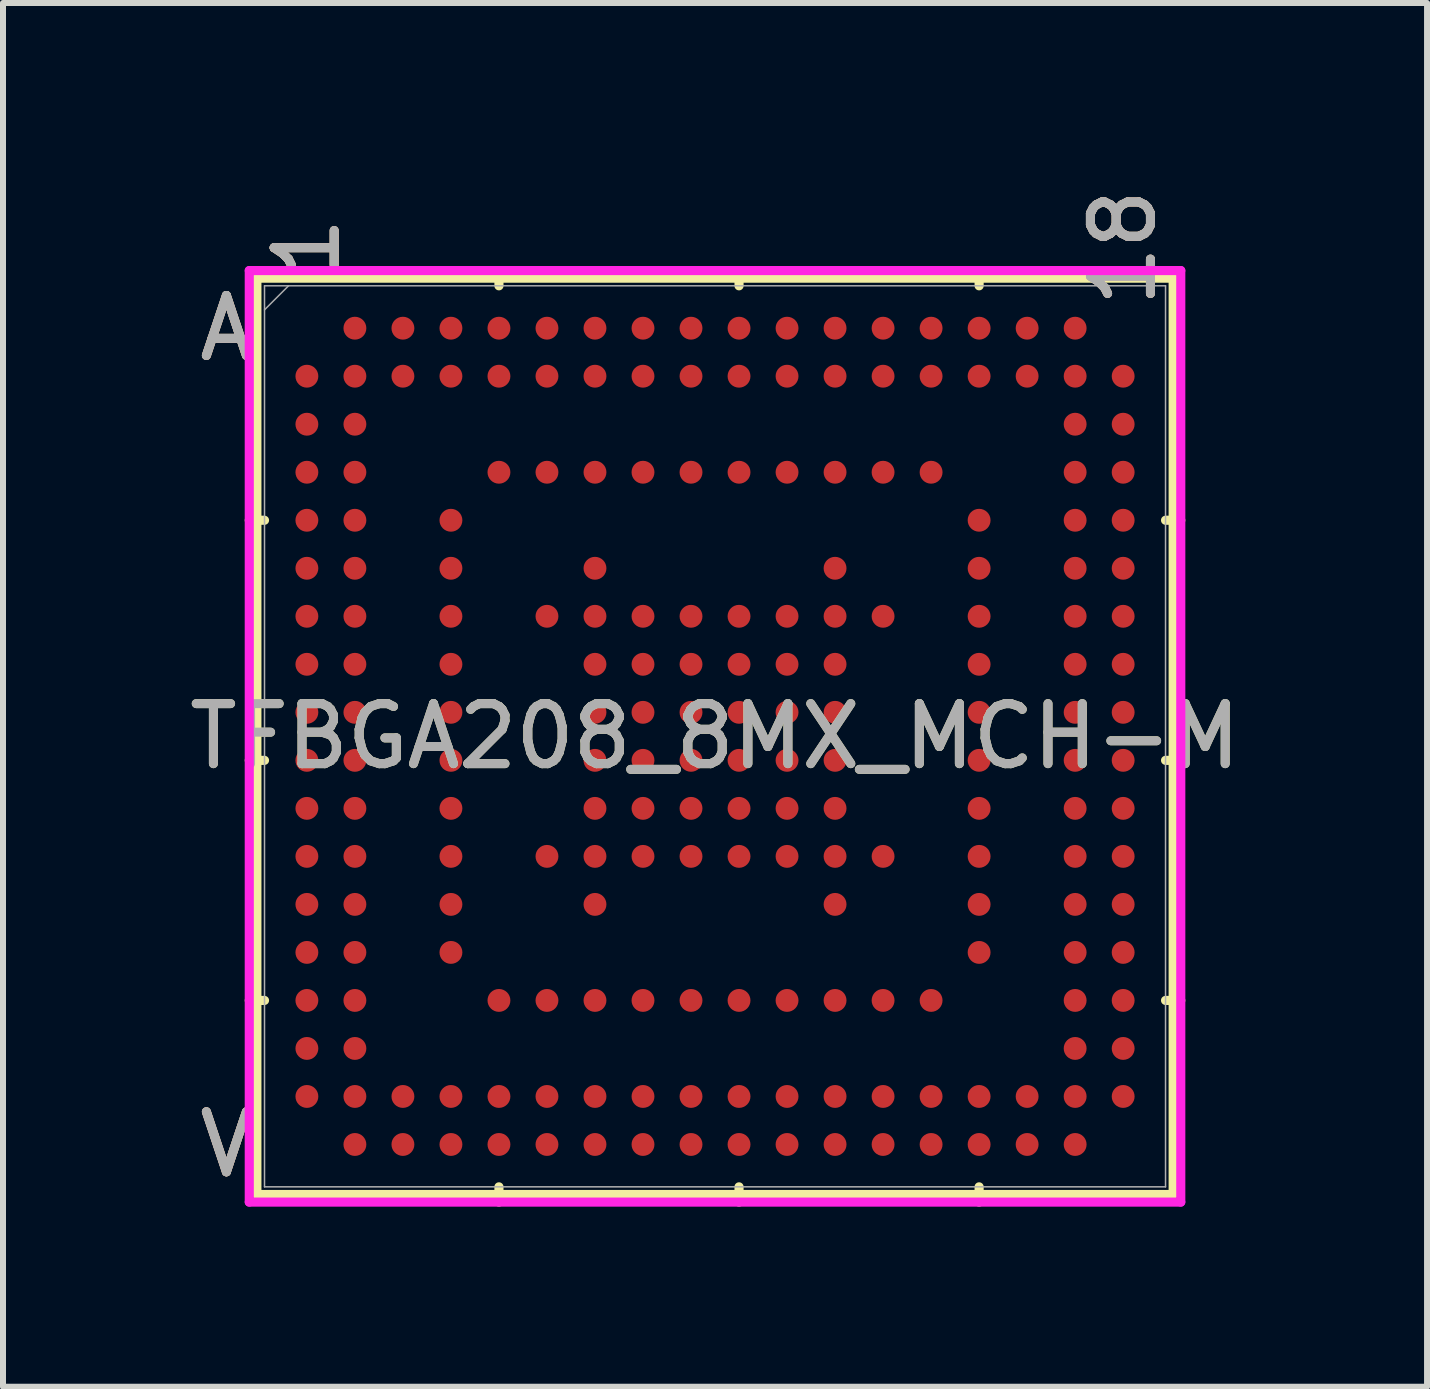
<source format=kicad_pcb>
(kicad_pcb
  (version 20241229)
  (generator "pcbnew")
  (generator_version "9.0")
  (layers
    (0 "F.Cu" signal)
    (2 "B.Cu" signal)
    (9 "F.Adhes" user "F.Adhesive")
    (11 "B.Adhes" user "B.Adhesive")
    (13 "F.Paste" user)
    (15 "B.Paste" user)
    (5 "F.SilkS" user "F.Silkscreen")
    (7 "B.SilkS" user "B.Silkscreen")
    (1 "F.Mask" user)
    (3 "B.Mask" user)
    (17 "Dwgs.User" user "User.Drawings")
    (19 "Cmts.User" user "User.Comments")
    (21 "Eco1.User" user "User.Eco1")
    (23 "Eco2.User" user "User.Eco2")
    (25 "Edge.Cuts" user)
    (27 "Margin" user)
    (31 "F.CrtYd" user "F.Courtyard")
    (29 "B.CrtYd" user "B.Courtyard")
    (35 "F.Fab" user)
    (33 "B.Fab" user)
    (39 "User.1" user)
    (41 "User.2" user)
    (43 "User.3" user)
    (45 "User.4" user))
  (footprint "TFBGA208_8MX_MCH-M"
    (layer "F.Cu")
    (at 8.863 9.218)
    (property "Reference" "TFBGA208_8MX_MCH-M" (at 0 0 0) (unlocked yes) (layer "F.SilkS") (effects (font (size 1 1) (thickness 0.15))))
    (attr smd)
    (fp_line (start -7.633 -7.633) (end -7.633 7.633) (stroke (width 0.152) (type solid)) (layer "F.SilkS"))
    (fp_line (start -7.633 7.633) (end 7.633 7.633) (stroke (width 0.152) (type solid)) (layer "F.SilkS"))
    (fp_line (start -7.506 -3.6) (end -7.76 -3.6) (stroke (width 0.152) (type solid)) (layer "F.SilkS"))
    (fp_line (start -7.506 0.4) (end -7.76 0.4) (stroke (width 0.152) (type solid)) (layer "F.SilkS"))
    (fp_line (start -7.506 4.4) (end -7.76 4.4) (stroke (width 0.152) (type solid)) (layer "F.SilkS"))
    (fp_line (start -3.6 -7.506) (end -3.6 -7.76) (stroke (width 0.152) (type solid)) (layer "F.SilkS"))
    (fp_line (start -3.6 7.506) (end -3.6 7.76) (stroke (width 0.152) (type solid)) (layer "F.SilkS"))
    (fp_line (start 0.4 -7.506) (end 0.4 -7.76) (stroke (width 0.152) (type solid)) (layer "F.SilkS"))
    (fp_line (start 0.4 7.506) (end 0.4 7.76) (stroke (width 0.152) (type solid)) (layer "F.SilkS"))
    (fp_line (start 4.4 -7.506) (end 4.4 -7.76) (stroke (width 0.152) (type solid)) (layer "F.SilkS"))
    (fp_line (start 4.4 7.506) (end 4.4 7.76) (stroke (width 0.152) (type solid)) (layer "F.SilkS"))
    (fp_line (start 7.506 -3.6) (end 7.76 -3.6) (stroke (width 0.152) (type solid)) (layer "F.SilkS"))
    (fp_line (start 7.506 0.4) (end 7.76 0.4) (stroke (width 0.152) (type solid)) (layer "F.SilkS"))
    (fp_line (start 7.506 4.4) (end 7.76 4.4) (stroke (width 0.152) (type solid)) (layer "F.SilkS"))
    (fp_line (start 7.633 -7.633) (end -7.633 -7.633) (stroke (width 0.152) (type solid)) (layer "F.SilkS"))
    (fp_line (start 7.633 7.633) (end 7.633 -7.633) (stroke (width 0.152) (type solid)) (layer "F.SilkS"))
    (fp_poly (pts (xy -7.644 -7.644) (xy 7.644 -7.644) (xy 7.644 7.644) (xy -7.644 7.644)) (stroke (width 0.1) (type solid)) (fill no) (layer "Eco2.User"))
    (fp_line (start -7.76 -7.76) (end 7.76 -7.76) (stroke (width 0.152) (type solid)) (layer "F.CrtYd"))
    (fp_line (start -7.76 7.76) (end -7.76 -7.76) (stroke (width 0.152) (type solid)) (layer "F.CrtYd"))
    (fp_line (start 7.76 -7.76) (end 7.76 7.76) (stroke (width 0.152) (type solid)) (layer "F.CrtYd"))
    (fp_line (start 7.76 7.76) (end -7.76 7.76) (stroke (width 0.152) (type solid)) (layer "F.CrtYd"))
    (fp_line (start -7.506 -7.506) (end -7.506 7.506) (stroke (width 0.025) (type solid)) (layer "F.Fab"))
    (fp_line (start -7.506 7.506) (end 7.506 7.506) (stroke (width 0.025) (type solid)) (layer "F.Fab"))
    (fp_line (start -7.106 -7.506) (end -7.506 -7.106) (stroke (width 0.025) (type solid)) (layer "F.Fab"))
    (fp_line (start 7.506 -7.506) (end -7.506 -7.506) (stroke (width 0.025) (type solid)) (layer "F.Fab"))
    (fp_line (start 7.506 7.506) (end 7.506 -7.506) (stroke (width 0.025) (type solid)) (layer "F.Fab"))
    (fp_text user "V" (at -8.141 6.8 0) (unlocked yes) (layer "F.SilkS") (effects (font (size 1 1) (thickness 0.15))))
    (fp_text user "18" (at 6.8 -8.141 90) (unlocked yes) (layer "F.SilkS") (effects (font (size 1 1) (thickness 0.15))))
    (fp_text user "1" (at -6.8 -8.141 90) (unlocked yes) (layer "F.SilkS") (effects (font (size 1 1) (thickness 0.15))))
    (fp_text user "A" (at -8.141 -6.8 0) (unlocked yes) (layer "F.SilkS") (effects (font (size 1 1) (thickness 0.15))))
    (fp_text user "1" (at -6.8 -8.141 90) (unlocked yes) (layer "B.SilkS") (effects (font (size 1 1) (thickness 0.15))))
    (fp_text user "A" (at -8.141 -6.8 0) (unlocked yes) (layer "B.SilkS") (effects (font (size 1 1) (thickness 0.15))))
    (fp_text user "V" (at -8.141 6.8 0) (unlocked yes) (layer "B.SilkS") (effects (font (size 1 1) (thickness 0.15))))
    (fp_text user "18" (at 6.8 -8.141 90) (unlocked yes) (layer "B.SilkS") (effects (font (size 1 1) (thickness 0.15))))
    (fp_text user "18" (at 6.8 -8.141 90) (unlocked yes) (layer "F.Fab") (effects (font (size 1 1) (thickness 0.15))))
    (fp_text user "A" (at -8.141 -6.8 0) (unlocked yes) (layer "F.Fab") (effects (font (size 1 1) (thickness 0.15))))
    (fp_text user "${REFERENCE}" (at 0 0 0) (unlocked yes) (layer "F.Fab") (effects (font (size 1 1) (thickness 0.15))))
    (fp_text user "V" (at -8.141 6.8 0) (unlocked yes) (layer "F.Fab") (effects (font (size 1 1) (thickness 0.15))))
    (fp_text user "1" (at -6.8 -8.141 90) (unlocked yes) (layer "F.Fab") (effects (font (size 1 1) (thickness 0.15))))
    (pad "A2" smd circle (at -6 -6.8) (size 0.381 0.381) (layers "F.Cu" "F.Mask" "F.Paste"))
    (pad "A3" smd circle (at -5.2 -6.8) (size 0.381 0.381) (layers "F.Cu" "F.Mask" "F.Paste"))
    (pad "A4" smd circle (at -4.4 -6.8) (size 0.381 0.381) (layers "F.Cu" "F.Mask" "F.Paste"))
    (pad "A5" smd circle (at -3.6 -6.8) (size 0.381 0.381) (layers "F.Cu" "F.Mask" "F.Paste"))
    (pad "A6" smd circle (at -2.8 -6.8) (size 0.381 0.381) (layers "F.Cu" "F.Mask" "F.Paste"))
    (pad "A7" smd circle (at -2 -6.8) (size 0.381 0.381) (layers "F.Cu" "F.Mask" "F.Paste"))
    (pad "A8" smd circle (at -1.2 -6.8) (size 0.381 0.381) (layers "F.Cu" "F.Mask" "F.Paste"))
    (pad "A9" smd circle (at -0.4 -6.8) (size 0.381 0.381) (layers "F.Cu" "F.Mask" "F.Paste"))
    (pad "A10" smd circle (at 0.4 -6.8) (size 0.381 0.381) (layers "F.Cu" "F.Mask" "F.Paste"))
    (pad "A11" smd circle (at 1.2 -6.8) (size 0.381 0.381) (layers "F.Cu" "F.Mask" "F.Paste"))
    (pad "A12" smd circle (at 2 -6.8) (size 0.381 0.381) (layers "F.Cu" "F.Mask" "F.Paste"))
    (pad "A13" smd circle (at 2.8 -6.8) (size 0.381 0.381) (layers "F.Cu" "F.Mask" "F.Paste"))
    (pad "A14" smd circle (at 3.6 -6.8) (size 0.381 0.381) (layers "F.Cu" "F.Mask" "F.Paste"))
    (pad "A15" smd circle (at 4.4 -6.8) (size 0.381 0.381) (layers "F.Cu" "F.Mask" "F.Paste"))
    (pad "A16" smd circle (at 5.2 -6.8) (size 0.381 0.381) (layers "F.Cu" "F.Mask" "F.Paste"))
    (pad "A17" smd circle (at 6 -6.8) (size 0.381 0.381) (layers "F.Cu" "F.Mask" "F.Paste"))
    (pad "B1" smd circle (at -6.8 -6) (size 0.381 0.381) (layers "F.Cu" "F.Mask" "F.Paste"))
    (pad "B2" smd circle (at -6 -6) (size 0.381 0.381) (layers "F.Cu" "F.Mask" "F.Paste"))
    (pad "B3" smd circle (at -5.2 -6) (size 0.381 0.381) (layers "F.Cu" "F.Mask" "F.Paste"))
    (pad "B4" smd circle (at -4.4 -6) (size 0.381 0.381) (layers "F.Cu" "F.Mask" "F.Paste"))
    (pad "B5" smd circle (at -3.6 -6) (size 0.381 0.381) (layers "F.Cu" "F.Mask" "F.Paste"))
    (pad "B6" smd circle (at -2.8 -6) (size 0.381 0.381) (layers "F.Cu" "F.Mask" "F.Paste"))
    (pad "B7" smd circle (at -2 -6) (size 0.381 0.381) (layers "F.Cu" "F.Mask" "F.Paste"))
    (pad "B8" smd circle (at -1.2 -6) (size 0.381 0.381) (layers "F.Cu" "F.Mask" "F.Paste"))
    (pad "B9" smd circle (at -0.4 -6) (size 0.381 0.381) (layers "F.Cu" "F.Mask" "F.Paste"))
    (pad "B10" smd circle (at 0.4 -6) (size 0.381 0.381) (layers "F.Cu" "F.Mask" "F.Paste"))
    (pad "B11" smd circle (at 1.2 -6) (size 0.381 0.381) (layers "F.Cu" "F.Mask" "F.Paste"))
    (pad "B12" smd circle (at 2 -6) (size 0.381 0.381) (layers "F.Cu" "F.Mask" "F.Paste"))
    (pad "B13" smd circle (at 2.8 -6) (size 0.381 0.381) (layers "F.Cu" "F.Mask" "F.Paste"))
    (pad "B14" smd circle (at 3.6 -6) (size 0.381 0.381) (layers "F.Cu" "F.Mask" "F.Paste"))
    (pad "B15" smd circle (at 4.4 -6) (size 0.381 0.381) (layers "F.Cu" "F.Mask" "F.Paste"))
    (pad "B16" smd circle (at 5.2 -6) (size 0.381 0.381) (layers "F.Cu" "F.Mask" "F.Paste"))
    (pad "B17" smd circle (at 6 -6) (size 0.381 0.381) (layers "F.Cu" "F.Mask" "F.Paste"))
    (pad "B18" smd circle (at 6.8 -6) (size 0.381 0.381) (layers "F.Cu" "F.Mask" "F.Paste"))
    (pad "C1" smd circle (at -6.8 -5.2) (size 0.381 0.381) (layers "F.Cu" "F.Mask" "F.Paste"))
    (pad "C2" smd circle (at -6 -5.2) (size 0.381 0.381) (layers "F.Cu" "F.Mask" "F.Paste"))
    (pad "C17" smd circle (at 6 -5.2) (size 0.381 0.381) (layers "F.Cu" "F.Mask" "F.Paste"))
    (pad "C18" smd circle (at 6.8 -5.2) (size 0.381 0.381) (layers "F.Cu" "F.Mask" "F.Paste"))
    (pad "D1" smd circle (at -6.8 -4.4) (size 0.381 0.381) (layers "F.Cu" "F.Mask" "F.Paste"))
    (pad "D2" smd circle (at -6 -4.4) (size 0.381 0.381) (layers "F.Cu" "F.Mask" "F.Paste"))
    (pad "D5" smd circle (at -3.6 -4.4) (size 0.381 0.381) (layers "F.Cu" "F.Mask" "F.Paste"))
    (pad "D6" smd circle (at -2.8 -4.4) (size 0.381 0.381) (layers "F.Cu" "F.Mask" "F.Paste"))
    (pad "D7" smd circle (at -2 -4.4) (size 0.381 0.381) (layers "F.Cu" "F.Mask" "F.Paste"))
    (pad "D8" smd circle (at -1.2 -4.4) (size 0.381 0.381) (layers "F.Cu" "F.Mask" "F.Paste"))
    (pad "D9" smd circle (at -0.4 -4.4) (size 0.381 0.381) (layers "F.Cu" "F.Mask" "F.Paste"))
    (pad "D10" smd circle (at 0.4 -4.4) (size 0.381 0.381) (layers "F.Cu" "F.Mask" "F.Paste"))
    (pad "D11" smd circle (at 1.2 -4.4) (size 0.381 0.381) (layers "F.Cu" "F.Mask" "F.Paste"))
    (pad "D12" smd circle (at 2 -4.4) (size 0.381 0.381) (layers "F.Cu" "F.Mask" "F.Paste"))
    (pad "D13" smd circle (at 2.8 -4.4) (size 0.381 0.381) (layers "F.Cu" "F.Mask" "F.Paste"))
    (pad "D14" smd circle (at 3.6 -4.4) (size 0.381 0.381) (layers "F.Cu" "F.Mask" "F.Paste"))
    (pad "D17" smd circle (at 6 -4.4) (size 0.381 0.381) (layers "F.Cu" "F.Mask" "F.Paste"))
    (pad "D18" smd circle (at 6.8 -4.4) (size 0.381 0.381) (layers "F.Cu" "F.Mask" "F.Paste"))
    (pad "E1" smd circle (at -6.8 -3.6) (size 0.381 0.381) (layers "F.Cu" "F.Mask" "F.Paste"))
    (pad "E2" smd circle (at -6 -3.6) (size 0.381 0.381) (layers "F.Cu" "F.Mask" "F.Paste"))
    (pad "E4" smd circle (at -4.4 -3.6) (size 0.381 0.381) (layers "F.Cu" "F.Mask" "F.Paste"))
    (pad "E15" smd circle (at 4.4 -3.6) (size 0.381 0.381) (layers "F.Cu" "F.Mask" "F.Paste"))
    (pad "E17" smd circle (at 6 -3.6) (size 0.381 0.381) (layers "F.Cu" "F.Mask" "F.Paste"))
    (pad "E18" smd circle (at 6.8 -3.6) (size 0.381 0.381) (layers "F.Cu" "F.Mask" "F.Paste"))
    (pad "F1" smd circle (at -6.8 -2.8) (size 0.381 0.381) (layers "F.Cu" "F.Mask" "F.Paste"))
    (pad "F2" smd circle (at -6 -2.8) (size 0.381 0.381) (layers "F.Cu" "F.Mask" "F.Paste"))
    (pad "F4" smd circle (at -4.4 -2.8) (size 0.381 0.381) (layers "F.Cu" "F.Mask" "F.Paste"))
    (pad "F7" smd circle (at -2 -2.8) (size 0.381 0.381) (layers "F.Cu" "F.Mask" "F.Paste"))
    (pad "F12" smd circle (at 2 -2.8) (size 0.381 0.381) (layers "F.Cu" "F.Mask" "F.Paste"))
    (pad "F15" smd circle (at 4.4 -2.8) (size 0.381 0.381) (layers "F.Cu" "F.Mask" "F.Paste"))
    (pad "F17" smd circle (at 6 -2.8) (size 0.381 0.381) (layers "F.Cu" "F.Mask" "F.Paste"))
    (pad "F18" smd circle (at 6.8 -2.8) (size 0.381 0.381) (layers "F.Cu" "F.Mask" "F.Paste"))
    (pad "G1" smd circle (at -6.8 -2) (size 0.381 0.381) (layers "F.Cu" "F.Mask" "F.Paste"))
    (pad "G2" smd circle (at -6 -2) (size 0.381 0.381) (layers "F.Cu" "F.Mask" "F.Paste"))
    (pad "G4" smd circle (at -4.4 -2) (size 0.381 0.381) (layers "F.Cu" "F.Mask" "F.Paste"))
    (pad "G6" smd circle (at -2.8 -2) (size 0.381 0.381) (layers "F.Cu" "F.Mask" "F.Paste"))
    (pad "G7" smd circle (at -2 -2) (size 0.381 0.381) (layers "F.Cu" "F.Mask" "F.Paste"))
    (pad "G8" smd circle (at -1.2 -2) (size 0.381 0.381) (layers "F.Cu" "F.Mask" "F.Paste"))
    (pad "G9" smd circle (at -0.4 -2) (size 0.381 0.381) (layers "F.Cu" "F.Mask" "F.Paste"))
    (pad "G10" smd circle (at 0.4 -2) (size 0.381 0.381) (layers "F.Cu" "F.Mask" "F.Paste"))
    (pad "G11" smd circle (at 1.2 -2) (size 0.381 0.381) (layers "F.Cu" "F.Mask" "F.Paste"))
    (pad "G12" smd circle (at 2 -2) (size 0.381 0.381) (layers "F.Cu" "F.Mask" "F.Paste"))
    (pad "G13" smd circle (at 2.8 -2) (size 0.381 0.381) (layers "F.Cu" "F.Mask" "F.Paste"))
    (pad "G15" smd circle (at 4.4 -2) (size 0.381 0.381) (layers "F.Cu" "F.Mask" "F.Paste"))
    (pad "G17" smd circle (at 6 -2) (size 0.381 0.381) (layers "F.Cu" "F.Mask" "F.Paste"))
    (pad "G18" smd circle (at 6.8 -2) (size 0.381 0.381) (layers "F.Cu" "F.Mask" "F.Paste"))
    (pad "H1" smd circle (at -6.8 -1.2) (size 0.381 0.381) (layers "F.Cu" "F.Mask" "F.Paste"))
    (pad "H2" smd circle (at -6 -1.2) (size 0.381 0.381) (layers "F.Cu" "F.Mask" "F.Paste"))
    (pad "H4" smd circle (at -4.4 -1.2) (size 0.381 0.381) (layers "F.Cu" "F.Mask" "F.Paste"))
    (pad "H7" smd circle (at -2 -1.2) (size 0.381 0.381) (layers "F.Cu" "F.Mask" "F.Paste"))
    (pad "H8" smd circle (at -1.2 -1.2) (size 0.381 0.381) (layers "F.Cu" "F.Mask" "F.Paste"))
    (pad "H9" smd circle (at -0.4 -1.2) (size 0.381 0.381) (layers "F.Cu" "F.Mask" "F.Paste"))
    (pad "H10" smd circle (at 0.4 -1.2) (size 0.381 0.381) (layers "F.Cu" "F.Mask" "F.Paste"))
    (pad "H11" smd circle (at 1.2 -1.2) (size 0.381 0.381) (layers "F.Cu" "F.Mask" "F.Paste"))
    (pad "H12" smd circle (at 2 -1.2) (size 0.381 0.381) (layers "F.Cu" "F.Mask" "F.Paste"))
    (pad "H15" smd circle (at 4.4 -1.2) (size 0.381 0.381) (layers "F.Cu" "F.Mask" "F.Paste"))
    (pad "H17" smd circle (at 6 -1.2) (size 0.381 0.381) (layers "F.Cu" "F.Mask" "F.Paste"))
    (pad "H18" smd circle (at 6.8 -1.2) (size 0.381 0.381) (layers "F.Cu" "F.Mask" "F.Paste"))
    (pad "J1" smd circle (at -6.8 -0.4) (size 0.381 0.381) (layers "F.Cu" "F.Mask" "F.Paste"))
    (pad "J2" smd circle (at -6 -0.4) (size 0.381 0.381) (layers "F.Cu" "F.Mask" "F.Paste"))
    (pad "J4" smd circle (at -4.4 -0.4) (size 0.381 0.381) (layers "F.Cu" "F.Mask" "F.Paste"))
    (pad "J7" smd circle (at -2 -0.4) (size 0.381 0.381) (layers "F.Cu" "F.Mask" "F.Paste"))
    (pad "J8" smd circle (at -1.2 -0.4) (size 0.381 0.381) (layers "F.Cu" "F.Mask" "F.Paste"))
    (pad "J9" smd circle (at -0.4 -0.4) (size 0.381 0.381) (layers "F.Cu" "F.Mask" "F.Paste"))
    (pad "J10" smd circle (at 0.4 -0.4) (size 0.381 0.381) (layers "F.Cu" "F.Mask" "F.Paste"))
    (pad "J11" smd circle (at 1.2 -0.4) (size 0.381 0.381) (layers "F.Cu" "F.Mask" "F.Paste"))
    (pad "J12" smd circle (at 2 -0.4) (size 0.381 0.381) (layers "F.Cu" "F.Mask" "F.Paste"))
    (pad "J15" smd circle (at 4.4 -0.4) (size 0.381 0.381) (layers "F.Cu" "F.Mask" "F.Paste"))
    (pad "J17" smd circle (at 6 -0.4) (size 0.381 0.381) (layers "F.Cu" "F.Mask" "F.Paste"))
    (pad "J18" smd circle (at 6.8 -0.4) (size 0.381 0.381) (layers "F.Cu" "F.Mask" "F.Paste"))
    (pad "K1" smd circle (at -6.8 0.4) (size 0.381 0.381) (layers "F.Cu" "F.Mask" "F.Paste"))
    (pad "K2" smd circle (at -6 0.4) (size 0.381 0.381) (layers "F.Cu" "F.Mask" "F.Paste"))
    (pad "K4" smd circle (at -4.4 0.4) (size 0.381 0.381) (layers "F.Cu" "F.Mask" "F.Paste"))
    (pad "K7" smd circle (at -2 0.4) (size 0.381 0.381) (layers "F.Cu" "F.Mask" "F.Paste"))
    (pad "K8" smd circle (at -1.2 0.4) (size 0.381 0.381) (layers "F.Cu" "F.Mask" "F.Paste"))
    (pad "K9" smd circle (at -0.4 0.4) (size 0.381 0.381) (layers "F.Cu" "F.Mask" "F.Paste"))
    (pad "K10" smd circle (at 0.4 0.4) (size 0.381 0.381) (layers "F.Cu" "F.Mask" "F.Paste"))
    (pad "K11" smd circle (at 1.2 0.4) (size 0.381 0.381) (layers "F.Cu" "F.Mask" "F.Paste"))
    (pad "K12" smd circle (at 2 0.4) (size 0.381 0.381) (layers "F.Cu" "F.Mask" "F.Paste"))
    (pad "K15" smd circle (at 4.4 0.4) (size 0.381 0.381) (layers "F.Cu" "F.Mask" "F.Paste"))
    (pad "K17" smd circle (at 6 0.4) (size 0.381 0.381) (layers "F.Cu" "F.Mask" "F.Paste"))
    (pad "K18" smd circle (at 6.8 0.4) (size 0.381 0.381) (layers "F.Cu" "F.Mask" "F.Paste"))
    (pad "L1" smd circle (at -6.8 1.2) (size 0.381 0.381) (layers "F.Cu" "F.Mask" "F.Paste"))
    (pad "L2" smd circle (at -6 1.2) (size 0.381 0.381) (layers "F.Cu" "F.Mask" "F.Paste"))
    (pad "L4" smd circle (at -4.4 1.2) (size 0.381 0.381) (layers "F.Cu" "F.Mask" "F.Paste"))
    (pad "L7" smd circle (at -2 1.2) (size 0.381 0.381) (layers "F.Cu" "F.Mask" "F.Paste"))
    (pad "L8" smd circle (at -1.2 1.2) (size 0.381 0.381) (layers "F.Cu" "F.Mask" "F.Paste"))
    (pad "L9" smd circle (at -0.4 1.2) (size 0.381 0.381) (layers "F.Cu" "F.Mask" "F.Paste"))
    (pad "L10" smd circle (at 0.4 1.2) (size 0.381 0.381) (layers "F.Cu" "F.Mask" "F.Paste"))
    (pad "L11" smd circle (at 1.2 1.2) (size 0.381 0.381) (layers "F.Cu" "F.Mask" "F.Paste"))
    (pad "L12" smd circle (at 2 1.2) (size 0.381 0.381) (layers "F.Cu" "F.Mask" "F.Paste"))
    (pad "L15" smd circle (at 4.4 1.2) (size 0.381 0.381) (layers "F.Cu" "F.Mask" "F.Paste"))
    (pad "L17" smd circle (at 6 1.2) (size 0.381 0.381) (layers "F.Cu" "F.Mask" "F.Paste"))
    (pad "L18" smd circle (at 6.8 1.2) (size 0.381 0.381) (layers "F.Cu" "F.Mask" "F.Paste"))
    (pad "M1" smd circle (at -6.8 2) (size 0.381 0.381) (layers "F.Cu" "F.Mask" "F.Paste"))
    (pad "M2" smd circle (at -6 2) (size 0.381 0.381) (layers "F.Cu" "F.Mask" "F.Paste"))
    (pad "M4" smd circle (at -4.4 2) (size 0.381 0.381) (layers "F.Cu" "F.Mask" "F.Paste"))
    (pad "M6" smd circle (at -2.8 2) (size 0.381 0.381) (layers "F.Cu" "F.Mask" "F.Paste"))
    (pad "M7" smd circle (at -2 2) (size 0.381 0.381) (layers "F.Cu" "F.Mask" "F.Paste"))
    (pad "M8" smd circle (at -1.2 2) (size 0.381 0.381) (layers "F.Cu" "F.Mask" "F.Paste"))
    (pad "M9" smd circle (at -0.4 2) (size 0.381 0.381) (layers "F.Cu" "F.Mask" "F.Paste"))
    (pad "M10" smd circle (at 0.4 2) (size 0.381 0.381) (layers "F.Cu" "F.Mask" "F.Paste"))
    (pad "M11" smd circle (at 1.2 2) (size 0.381 0.381) (layers "F.Cu" "F.Mask" "F.Paste"))
    (pad "M12" smd circle (at 2 2) (size 0.381 0.381) (layers "F.Cu" "F.Mask" "F.Paste"))
    (pad "M13" smd circle (at 2.8 2) (size 0.381 0.381) (layers "F.Cu" "F.Mask" "F.Paste"))
    (pad "M15" smd circle (at 4.4 2) (size 0.381 0.381) (layers "F.Cu" "F.Mask" "F.Paste"))
    (pad "M17" smd circle (at 6 2) (size 0.381 0.381) (layers "F.Cu" "F.Mask" "F.Paste"))
    (pad "M18" smd circle (at 6.8 2) (size 0.381 0.381) (layers "F.Cu" "F.Mask" "F.Paste"))
    (pad "N1" smd circle (at -6.8 2.8) (size 0.381 0.381) (layers "F.Cu" "F.Mask" "F.Paste"))
    (pad "N2" smd circle (at -6 2.8) (size 0.381 0.381) (layers "F.Cu" "F.Mask" "F.Paste"))
    (pad "N4" smd circle (at -4.4 2.8) (size 0.381 0.381) (layers "F.Cu" "F.Mask" "F.Paste"))
    (pad "N7" smd circle (at -2 2.8) (size 0.381 0.381) (layers "F.Cu" "F.Mask" "F.Paste"))
    (pad "N12" smd circle (at 2 2.8) (size 0.381 0.381) (layers "F.Cu" "F.Mask" "F.Paste"))
    (pad "N15" smd circle (at 4.4 2.8) (size 0.381 0.381) (layers "F.Cu" "F.Mask" "F.Paste"))
    (pad "N17" smd circle (at 6 2.8) (size 0.381 0.381) (layers "F.Cu" "F.Mask" "F.Paste"))
    (pad "N18" smd circle (at 6.8 2.8) (size 0.381 0.381) (layers "F.Cu" "F.Mask" "F.Paste"))
    (pad "P1" smd circle (at -6.8 3.6) (size 0.381 0.381) (layers "F.Cu" "F.Mask" "F.Paste"))
    (pad "P2" smd circle (at -6 3.6) (size 0.381 0.381) (layers "F.Cu" "F.Mask" "F.Paste"))
    (pad "P4" smd circle (at -4.4 3.6) (size 0.381 0.381) (layers "F.Cu" "F.Mask" "F.Paste"))
    (pad "P15" smd circle (at 4.4 3.6) (size 0.381 0.381) (layers "F.Cu" "F.Mask" "F.Paste"))
    (pad "P17" smd circle (at 6 3.6) (size 0.381 0.381) (layers "F.Cu" "F.Mask" "F.Paste"))
    (pad "P18" smd circle (at 6.8 3.6) (size 0.381 0.381) (layers "F.Cu" "F.Mask" "F.Paste"))
    (pad "R1" smd circle (at -6.8 4.4) (size 0.381 0.381) (layers "F.Cu" "F.Mask" "F.Paste"))
    (pad "R2" smd circle (at -6 4.4) (size 0.381 0.381) (layers "F.Cu" "F.Mask" "F.Paste"))
    (pad "R5" smd circle (at -3.6 4.4) (size 0.381 0.381) (layers "F.Cu" "F.Mask" "F.Paste"))
    (pad "R6" smd circle (at -2.8 4.4) (size 0.381 0.381) (layers "F.Cu" "F.Mask" "F.Paste"))
    (pad "R7" smd circle (at -2 4.4) (size 0.381 0.381) (layers "F.Cu" "F.Mask" "F.Paste"))
    (pad "R8" smd circle (at -1.2 4.4) (size 0.381 0.381) (layers "F.Cu" "F.Mask" "F.Paste"))
    (pad "R9" smd circle (at -0.4 4.4) (size 0.381 0.381) (layers "F.Cu" "F.Mask" "F.Paste"))
    (pad "R10" smd circle (at 0.4 4.4) (size 0.381 0.381) (layers "F.Cu" "F.Mask" "F.Paste"))
    (pad "R11" smd circle (at 1.2 4.4) (size 0.381 0.381) (layers "F.Cu" "F.Mask" "F.Paste"))
    (pad "R12" smd circle (at 2 4.4) (size 0.381 0.381) (layers "F.Cu" "F.Mask" "F.Paste"))
    (pad "R13" smd circle (at 2.8 4.4) (size 0.381 0.381) (layers "F.Cu" "F.Mask" "F.Paste"))
    (pad "R14" smd circle (at 3.6 4.4) (size 0.381 0.381) (layers "F.Cu" "F.Mask" "F.Paste"))
    (pad "R17" smd circle (at 6 4.4) (size 0.381 0.381) (layers "F.Cu" "F.Mask" "F.Paste"))
    (pad "R18" smd circle (at 6.8 4.4) (size 0.381 0.381) (layers "F.Cu" "F.Mask" "F.Paste"))
    (pad "T1" smd circle (at -6.8 5.2) (size 0.381 0.381) (layers "F.Cu" "F.Mask" "F.Paste"))
    (pad "T2" smd circle (at -6 5.2) (size 0.381 0.381) (layers "F.Cu" "F.Mask" "F.Paste"))
    (pad "T17" smd circle (at 6 5.2) (size 0.381 0.381) (layers "F.Cu" "F.Mask" "F.Paste"))
    (pad "T18" smd circle (at 6.8 5.2) (size 0.381 0.381) (layers "F.Cu" "F.Mask" "F.Paste"))
    (pad "U1" smd circle (at -6.8 6) (size 0.381 0.381) (layers "F.Cu" "F.Mask" "F.Paste"))
    (pad "U2" smd circle (at -6 6) (size 0.381 0.381) (layers "F.Cu" "F.Mask" "F.Paste"))
    (pad "U3" smd circle (at -5.2 6) (size 0.381 0.381) (layers "F.Cu" "F.Mask" "F.Paste"))
    (pad "U4" smd circle (at -4.4 6) (size 0.381 0.381) (layers "F.Cu" "F.Mask" "F.Paste"))
    (pad "U5" smd circle (at -3.6 6) (size 0.381 0.381) (layers "F.Cu" "F.Mask" "F.Paste"))
    (pad "U6" smd circle (at -2.8 6) (size 0.381 0.381) (layers "F.Cu" "F.Mask" "F.Paste"))
    (pad "U7" smd circle (at -2 6) (size 0.381 0.381) (layers "F.Cu" "F.Mask" "F.Paste"))
    (pad "U8" smd circle (at -1.2 6) (size 0.381 0.381) (layers "F.Cu" "F.Mask" "F.Paste"))
    (pad "U9" smd circle (at -0.4 6) (size 0.381 0.381) (layers "F.Cu" "F.Mask" "F.Paste"))
    (pad "U10" smd circle (at 0.4 6) (size 0.381 0.381) (layers "F.Cu" "F.Mask" "F.Paste"))
    (pad "U11" smd circle (at 1.2 6) (size 0.381 0.381) (layers "F.Cu" "F.Mask" "F.Paste"))
    (pad "U12" smd circle (at 2 6) (size 0.381 0.381) (layers "F.Cu" "F.Mask" "F.Paste"))
    (pad "U13" smd circle (at 2.8 6) (size 0.381 0.381) (layers "F.Cu" "F.Mask" "F.Paste"))
    (pad "U14" smd circle (at 3.6 6) (size 0.381 0.381) (layers "F.Cu" "F.Mask" "F.Paste"))
    (pad "U15" smd circle (at 4.4 6) (size 0.381 0.381) (layers "F.Cu" "F.Mask" "F.Paste"))
    (pad "U16" smd circle (at 5.2 6) (size 0.381 0.381) (layers "F.Cu" "F.Mask" "F.Paste"))
    (pad "U17" smd circle (at 6 6) (size 0.381 0.381) (layers "F.Cu" "F.Mask" "F.Paste"))
    (pad "U18" smd circle (at 6.8 6) (size 0.381 0.381) (layers "F.Cu" "F.Mask" "F.Paste"))
    (pad "V2" smd circle (at -6 6.8) (size 0.381 0.381) (layers "F.Cu" "F.Mask" "F.Paste"))
    (pad "V3" smd circle (at -5.2 6.8) (size 0.381 0.381) (layers "F.Cu" "F.Mask" "F.Paste"))
    (pad "V4" smd circle (at -4.4 6.8) (size 0.381 0.381) (layers "F.Cu" "F.Mask" "F.Paste"))
    (pad "V5" smd circle (at -3.6 6.8) (size 0.381 0.381) (layers "F.Cu" "F.Mask" "F.Paste"))
    (pad "V6" smd circle (at -2.8 6.8) (size 0.381 0.381) (layers "F.Cu" "F.Mask" "F.Paste"))
    (pad "V7" smd circle (at -2 6.8) (size 0.381 0.381) (layers "F.Cu" "F.Mask" "F.Paste"))
    (pad "V8" smd circle (at -1.2 6.8) (size 0.381 0.381) (layers "F.Cu" "F.Mask" "F.Paste"))
    (pad "V9" smd circle (at -0.4 6.8) (size 0.381 0.381) (layers "F.Cu" "F.Mask" "F.Paste"))
    (pad "V10" smd circle (at 0.4 6.8) (size 0.381 0.381) (layers "F.Cu" "F.Mask" "F.Paste"))
    (pad "V11" smd circle (at 1.2 6.8) (size 0.381 0.381) (layers "F.Cu" "F.Mask" "F.Paste"))
    (pad "V12" smd circle (at 2 6.8) (size 0.381 0.381) (layers "F.Cu" "F.Mask" "F.Paste"))
    (pad "V13" smd circle (at 2.8 6.8) (size 0.381 0.381) (layers "F.Cu" "F.Mask" "F.Paste"))
    (pad "V14" smd circle (at 3.6 6.8) (size 0.381 0.381) (layers "F.Cu" "F.Mask" "F.Paste"))
    (pad "V15" smd circle (at 4.4 6.8) (size 0.381 0.381) (layers "F.Cu" "F.Mask" "F.Paste"))
    (pad "V16" smd circle (at 5.2 6.8) (size 0.381 0.381) (layers "F.Cu" "F.Mask" "F.Paste"))
    (pad "V17" smd circle (at 6 6.8) (size 0.381 0.381) (layers "F.Cu" "F.Mask" "F.Paste")))
  (gr_rect
    (start -3 -3)
    (end 20.726 20.054)
    (stroke (width 0.1) (type default))
    (fill no)
    (layer "Edge.Cuts")))
</source>
